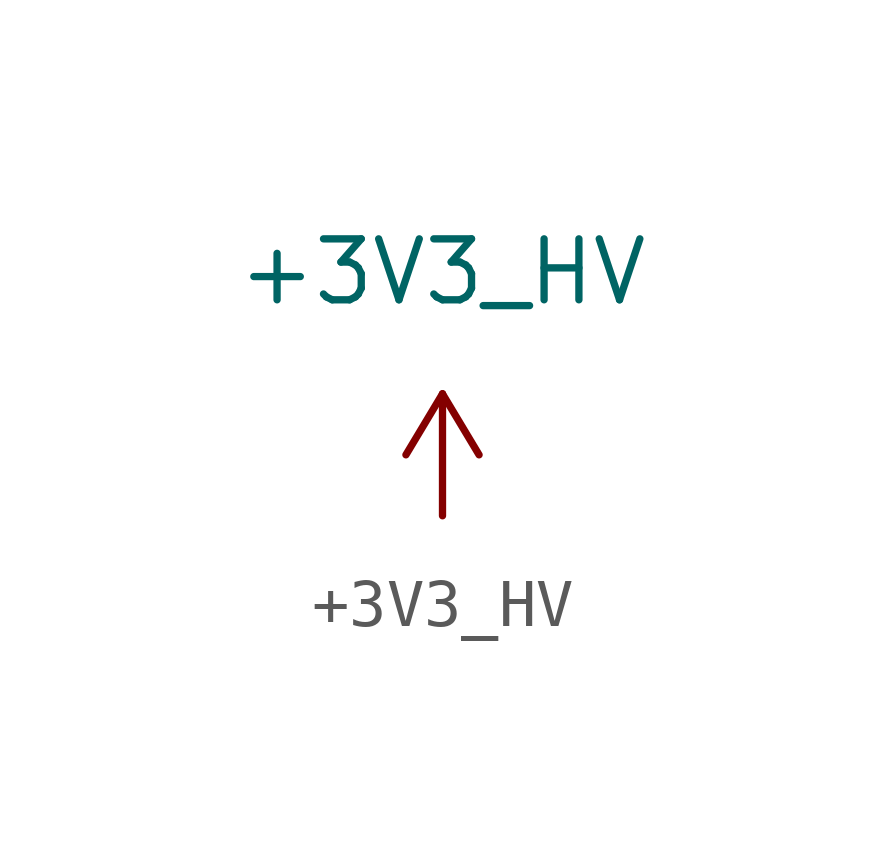
<source format=kicad_sym>
(kicad_symbol_lib
  (version 20220914)
  (generator kicad_symbol_editor)
  (symbol "+3V3_HV"
    (power)
    (pin_numbers hide)
    (pin_names
      (offset 0))
    (property "Reference" "#PWR"
      (at 1.27 0 90)
      (effects (font (size 1.27 1.27)) hide))
    (property "Value" "+3V3_HV"
      (at 0 5.08 0)
      (effects (font (size 1.27 1.27))))
    (symbol "+3V3_HV_1_1"
      (polyline (pts (xy -0.762 1.27) (xy 0 2.54)) (stroke (width 0) (type default)) (fill (type none)))
      (polyline (pts (xy 0 0) (xy 0 2.54)) (stroke (width 0) (type default)) (fill (type none)))
      (polyline (pts (xy 0 2.54) (xy 0.762 1.27)) (stroke (width 0) (type default)) (fill (type none)))
      (pin power_in line (at 0 0 90) (length 0) hide (name "+3V3_HV" (effects (font (size 1.27 1.27)))) (number "1" (effects (font (size 1.27 1.27))))))))
</source>
